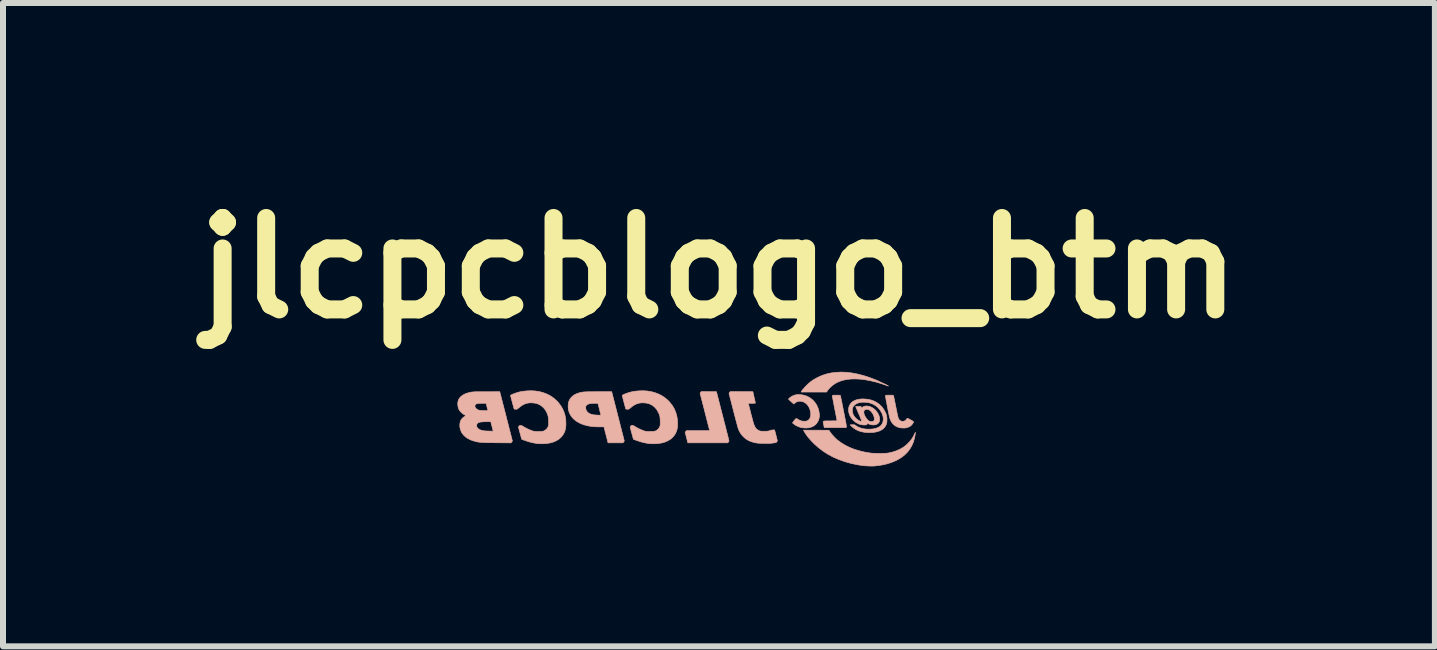
<source format=kicad_pcb>
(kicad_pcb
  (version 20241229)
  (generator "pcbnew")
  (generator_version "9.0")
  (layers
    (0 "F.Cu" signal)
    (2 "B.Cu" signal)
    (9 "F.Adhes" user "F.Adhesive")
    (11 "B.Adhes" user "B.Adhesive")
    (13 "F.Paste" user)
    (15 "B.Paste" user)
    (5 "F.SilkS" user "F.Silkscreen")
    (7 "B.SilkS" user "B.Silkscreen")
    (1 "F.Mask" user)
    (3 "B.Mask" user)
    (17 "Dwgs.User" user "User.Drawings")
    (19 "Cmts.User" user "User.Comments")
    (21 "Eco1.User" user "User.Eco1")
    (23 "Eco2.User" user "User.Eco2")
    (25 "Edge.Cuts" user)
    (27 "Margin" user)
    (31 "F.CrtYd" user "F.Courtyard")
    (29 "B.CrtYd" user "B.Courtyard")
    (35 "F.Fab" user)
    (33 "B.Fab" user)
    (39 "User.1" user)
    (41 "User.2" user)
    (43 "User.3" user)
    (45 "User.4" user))
  (footprint "jlcpcblogo_btm"
    (layer "F.Cu")
    (at 9.434 3.918)
    (property "Reference" "jlcpcblogo_btm" (at -0.5 -2.5 0) (layer "F.SilkS") (effects (font (size 1.524 1.524) (thickness 0.3))))
    (attr through_hole)
    (fp_poly (pts (xy -0.805 -0.427) (xy -0.815 -0.413) (xy -0.736 -0.106) (xy -0.724 -0.058) (xy -0.712 -0.012) (xy -0.701 0.031) (xy -0.691 0.07) (xy -0.682 0.106) (xy -0.674 0.137) (xy -0.667 0.163) (xy -0.662 0.183) (xy -0.658 0.197) (xy -0.656 0.205) (xy -0.656 0.205) (xy -0.657 0.207) (xy -0.661 0.208) (xy -0.67 0.208) (xy -0.683 0.209) (xy -0.701 0.21) (xy -0.725 0.21) (xy -0.755 0.21) (xy -0.791 0.21) (xy -0.835 0.21) (xy -0.848 0.21) (xy -1.043 0.21) (xy -1.053 0.224) (xy -1.064 0.238) (xy -1.041 0.325) (xy -1.019 0.413) (xy -0.353 0.413) (xy -0.343 0.399) (xy -0.332 0.384) (xy -0.341 0.348) (xy -0.343 0.339) (xy -0.347 0.323) (xy -0.353 0.3) (xy -0.36 0.272) (xy -0.369 0.238) (xy -0.379 0.199) (xy -0.389 0.156) (xy -0.401 0.11) (xy -0.414 0.061) (xy -0.427 0.009) (xy -0.441 -0.044) (xy -0.446 -0.064) (xy -0.542 -0.439) (xy -0.796 -0.441) (xy -0.805 -0.427)) (stroke (width 0.01) (type solid)) (fill yes) (layer "B.SilkS"))
    (fp_poly (pts (xy 1.453 -0.762) (xy 1.37 -0.752) (xy 1.298 -0.736) (xy 1.24 -0.718) (xy 1.182 -0.695) (xy 1.126 -0.667) (xy 1.073 -0.637) (xy 1.048 -0.62) (xy 1.021 -0.599) (xy 0.992 -0.575) (xy 0.964 -0.548) (xy 0.937 -0.521) (xy 0.913 -0.494) (xy 0.892 -0.469) (xy 0.877 -0.447) (xy 0.876 -0.445) (xy 0.869 -0.433) (xy 1.293 -0.433) (xy 1.308 -0.455) (xy 1.331 -0.486) (xy 1.361 -0.517) (xy 1.395 -0.546) (xy 1.432 -0.572) (xy 1.469 -0.594) (xy 1.471 -0.594) (xy 1.523 -0.616) (xy 1.58 -0.633) (xy 1.643 -0.645) (xy 1.71 -0.651) (xy 1.782 -0.652) (xy 1.858 -0.648) (xy 1.937 -0.638) (xy 2.02 -0.623) (xy 2.105 -0.603) (xy 2.128 -0.597) (xy 2.15 -0.591) (xy 2.175 -0.583) (xy 2.203 -0.574) (xy 2.231 -0.565) (xy 2.258 -0.556) (xy 2.282 -0.548) (xy 2.301 -0.541) (xy 2.309 -0.538) (xy 2.318 -0.534) (xy 2.324 -0.533) (xy 2.325 -0.534) (xy 2.322 -0.536) (xy 2.314 -0.541) (xy 2.299 -0.549) (xy 2.281 -0.558) (xy 2.259 -0.569) (xy 2.235 -0.58) (xy 2.209 -0.592) (xy 2.183 -0.604) (xy 2.158 -0.616) (xy 2.134 -0.627) (xy 2.112 -0.636) (xy 2.11 -0.637) (xy 2.009 -0.676) (xy 1.91 -0.708) (xy 1.813 -0.733) (xy 1.719 -0.751) (xy 1.627 -0.762) (xy 1.539 -0.766) (xy 1.453 -0.762)) (stroke (width 0.01) (type solid)) (fill yes) (layer "B.SilkS"))
    (fp_poly (pts (xy 1.434 -0.381) (xy 1.416 -0.381) (xy 1.404 -0.38) (xy 1.396 -0.379) (xy 1.392 -0.377) (xy 1.39 -0.375) (xy 1.39 -0.369) (xy 1.392 -0.356) (xy 1.395 -0.335) (xy 1.4 -0.306) (xy 1.407 -0.27) (xy 1.415 -0.227) (xy 1.425 -0.176) (xy 1.428 -0.163) (xy 1.435 -0.124) (xy 1.443 -0.087) (xy 1.449 -0.054) (xy 1.455 -0.024) (xy 1.46 0.002) (xy 1.464 0.022) (xy 1.467 0.036) (xy 1.468 0.044) (xy 1.469 0.045) (xy 1.465 0.045) (xy 1.454 0.046) (xy 1.437 0.047) (xy 1.416 0.047) (xy 1.39 0.047) (xy 1.362 0.048) (xy 1.358 0.048) (xy 1.323 0.048) (xy 1.295 0.048) (xy 1.274 0.048) (xy 1.258 0.05) (xy 1.247 0.052) (xy 1.241 0.055) (xy 1.237 0.06) (xy 1.237 0.066) (xy 1.238 0.075) (xy 1.24 0.085) (xy 1.24 0.087) (xy 1.244 0.106) (xy 1.248 0.125) (xy 1.25 0.136) (xy 1.255 0.159) (xy 1.62 0.159) (xy 1.624 0.149) (xy 1.624 0.146) (xy 1.624 0.14) (xy 1.623 0.131) (xy 1.621 0.117) (xy 1.619 0.1) (xy 1.615 0.077) (xy 1.609 0.05) (xy 1.603 0.016) (xy 1.595 -0.024) (xy 1.586 -0.071) (xy 1.578 -0.111) (xy 1.569 -0.155) (xy 1.561 -0.197) (xy 1.553 -0.236) (xy 1.546 -0.271) (xy 1.54 -0.302) (xy 1.534 -0.328) (xy 1.53 -0.349) (xy 1.527 -0.364) (xy 1.526 -0.371) (xy 1.525 -0.372) (xy 1.524 -0.375) (xy 1.522 -0.378) (xy 1.518 -0.379) (xy 1.51 -0.38) (xy 1.498 -0.381) (xy 1.48 -0.381) (xy 1.458 -0.381) (xy 1.434 -0.381)) (stroke (width 0.01) (type solid)) (fill yes) (layer "B.SilkS"))
    (fp_poly (pts (xy 0.807 -0.391) (xy 0.767 -0.384) (xy 0.729 -0.369) (xy 0.724 -0.367) (xy 0.709 -0.359) (xy 0.694 -0.349) (xy 0.68 -0.338) (xy 0.669 -0.328) (xy 0.661 -0.32) (xy 0.659 -0.314) (xy 0.659 -0.314) (xy 0.663 -0.31) (xy 0.671 -0.302) (xy 0.683 -0.291) (xy 0.698 -0.277) (xy 0.704 -0.272) (xy 0.747 -0.234) (xy 0.763 -0.248) (xy 0.789 -0.266) (xy 0.817 -0.277) (xy 0.848 -0.281) (xy 0.877 -0.278) (xy 0.912 -0.267) (xy 0.943 -0.249) (xy 0.97 -0.224) (xy 0.993 -0.194) (xy 1.011 -0.158) (xy 1.023 -0.118) (xy 1.028 -0.094) (xy 1.03 -0.06) (xy 1.027 -0.029) (xy 1.018 -0.002) (xy 1.004 0.021) (xy 0.986 0.038) (xy 0.966 0.048) (xy 0.954 0.051) (xy 0.938 0.053) (xy 0.919 0.053) (xy 0.917 0.053) (xy 0.885 0.051) (xy 0.856 0.042) (xy 0.827 0.028) (xy 0.817 0.022) (xy 0.805 0.014) (xy 0.794 0.009) (xy 0.788 0.008) (xy 0.783 0.01) (xy 0.775 0.017) (xy 0.764 0.03) (xy 0.752 0.044) (xy 0.725 0.081) (xy 0.741 0.094) (xy 0.776 0.12) (xy 0.817 0.141) (xy 0.861 0.156) (xy 0.907 0.164) (xy 0.953 0.166) (xy 0.999 0.162) (xy 1.006 0.16) (xy 1.047 0.148) (xy 1.082 0.13) (xy 1.113 0.106) (xy 1.137 0.077) (xy 1.156 0.044) (xy 1.168 0.007) (xy 1.174 -0.034) (xy 1.173 -0.067) (xy 1.165 -0.12) (xy 1.15 -0.17) (xy 1.129 -0.216) (xy 1.102 -0.257) (xy 1.07 -0.294) (xy 1.033 -0.326) (xy 0.991 -0.352) (xy 0.946 -0.372) (xy 0.897 -0.385) (xy 0.849 -0.391) (xy 0.807 -0.391)) (stroke (width 0.01) (type solid)) (fill yes) (layer "B.SilkS"))
    (fp_poly (pts (xy 0.921 0.225) (xy 0.95 0.271) (xy 0.985 0.319) (xy 1.027 0.368) (xy 1.075 0.418) (xy 1.086 0.429) (xy 1.158 0.493) (xy 1.236 0.552) (xy 1.318 0.605) (xy 1.406 0.652) (xy 1.499 0.692) (xy 1.598 0.727) (xy 1.701 0.756) (xy 1.81 0.779) (xy 1.891 0.792) (xy 1.91 0.794) (xy 1.934 0.796) (xy 1.961 0.797) (xy 1.99 0.799) (xy 2.018 0.8) (xy 2.044 0.8) (xy 2.067 0.8) (xy 2.085 0.8) (xy 2.092 0.799) (xy 2.102 0.798) (xy 2.117 0.796) (xy 2.135 0.794) (xy 2.143 0.793) (xy 2.214 0.783) (xy 2.284 0.768) (xy 2.351 0.748) (xy 2.414 0.725) (xy 2.471 0.698) (xy 2.488 0.689) (xy 2.547 0.652) (xy 2.599 0.611) (xy 2.644 0.565) (xy 2.682 0.515) (xy 2.714 0.461) (xy 2.74 0.402) (xy 2.758 0.339) (xy 2.766 0.3) (xy 2.769 0.281) (xy 2.772 0.264) (xy 2.774 0.251) (xy 2.774 0.245) (xy 2.774 0.239) (xy 2.772 0.241) (xy 2.769 0.246) (xy 2.745 0.297) (xy 2.718 0.342) (xy 2.688 0.382) (xy 2.666 0.407) (xy 2.621 0.45) (xy 2.572 0.488) (xy 2.518 0.519) (xy 2.46 0.545) (xy 2.397 0.566) (xy 2.327 0.582) (xy 2.326 0.582) (xy 2.306 0.585) (xy 2.28 0.587) (xy 2.249 0.588) (xy 2.214 0.589) (xy 2.177 0.59) (xy 2.14 0.589) (xy 2.104 0.588) (xy 2.07 0.587) (xy 2.04 0.585) (xy 2.016 0.582) (xy 1.922 0.566) (xy 1.832 0.544) (xy 1.748 0.518) (xy 1.669 0.486) (xy 1.596 0.449) (xy 1.529 0.407) (xy 1.479 0.37) (xy 1.456 0.35) (xy 1.432 0.326) (xy 1.408 0.301) (xy 1.385 0.275) (xy 1.365 0.251) (xy 1.353 0.234) (xy 1.332 0.203) (xy 0.908 0.202) (xy 0.921 0.225)) (stroke (width 0.01) (type solid)) (fill yes) (layer "B.SilkS"))
    (fp_poly (pts (xy 2.319 -0.381) (xy 2.301 -0.381) (xy 2.289 -0.38) (xy 2.281 -0.379) (xy 2.277 -0.377) (xy 2.275 -0.375) (xy 2.275 -0.37) (xy 2.277 -0.358) (xy 2.279 -0.34) (xy 2.283 -0.317) (xy 2.288 -0.29) (xy 2.294 -0.26) (xy 2.3 -0.227) (xy 2.306 -0.193) (xy 2.313 -0.158) (xy 2.32 -0.123) (xy 2.327 -0.09) (xy 2.333 -0.059) (xy 2.339 -0.03) (xy 2.344 -0.009) (xy 2.357 0.031) (xy 2.376 0.067) (xy 2.401 0.099) (xy 2.43 0.125) (xy 2.465 0.145) (xy 2.503 0.159) (xy 2.511 0.161) (xy 2.529 0.164) (xy 2.552 0.165) (xy 2.575 0.166) (xy 2.598 0.166) (xy 2.615 0.164) (xy 2.616 0.164) (xy 2.639 0.158) (xy 2.663 0.149) (xy 2.684 0.138) (xy 2.693 0.132) (xy 2.705 0.121) (xy 2.718 0.107) (xy 2.73 0.091) (xy 2.739 0.077) (xy 2.744 0.067) (xy 2.743 0.063) (xy 2.738 0.058) (xy 2.729 0.051) (xy 2.714 0.041) (xy 2.697 0.032) (xy 2.679 0.022) (xy 2.663 0.013) (xy 2.651 0.007) (xy 2.643 0.004) (xy 2.642 0.004) (xy 2.636 0.007) (xy 2.629 0.015) (xy 2.623 0.022) (xy 2.607 0.04) (xy 2.588 0.051) (xy 2.567 0.055) (xy 2.546 0.054) (xy 2.526 0.046) (xy 2.508 0.033) (xy 2.494 0.014) (xy 2.489 0.002) (xy 2.487 -0.006) (xy 2.483 -0.021) (xy 2.478 -0.042) (xy 2.472 -0.068) (xy 2.466 -0.098) (xy 2.459 -0.131) (xy 2.452 -0.167) (xy 2.447 -0.191) (xy 2.44 -0.227) (xy 2.433 -0.261) (xy 2.427 -0.292) (xy 2.421 -0.319) (xy 2.417 -0.341) (xy 2.413 -0.358) (xy 2.411 -0.369) (xy 2.41 -0.372) (xy 2.409 -0.375) (xy 2.407 -0.378) (xy 2.403 -0.379) (xy 2.395 -0.38) (xy 2.383 -0.381) (xy 2.365 -0.381) (xy 2.343 -0.381) (xy 2.319 -0.381)) (stroke (width 0.01) (type solid)) (fill yes) (layer "B.SilkS"))
    (fp_poly (pts (xy -2.562 -0.439) (xy -2.607 -0.438) (xy -2.646 -0.438) (xy -2.679 -0.438) (xy -2.707 -0.437) (xy -2.73 -0.436) (xy -2.75 -0.435) (xy -2.768 -0.433) (xy -2.784 -0.431) (xy -2.798 -0.428) (xy -2.812 -0.425) (xy -2.826 -0.421) (xy -2.837 -0.418) (xy -2.881 -0.402) (xy -2.919 -0.382) (xy -2.951 -0.356) (xy -2.977 -0.327) (xy -2.996 -0.293) (xy -3.006 -0.266) (xy -3.013 -0.225) (xy -3.014 -0.181) (xy -3.009 -0.137) (xy -2.998 -0.098) (xy -2.98 -0.058) (xy -2.955 -0.02) (xy -2.923 0.015) (xy -2.886 0.046) (xy -2.842 0.074) (xy -2.794 0.097) (xy -2.762 0.109) (xy -2.716 0.122) (xy -2.669 0.133) (xy -2.621 0.14) (xy -2.568 0.145) (xy -2.51 0.147) (xy -2.491 0.147) (xy -2.417 0.147) (xy -2.413 0.162) (xy -2.411 0.17) (xy -2.408 0.184) (xy -2.403 0.203) (xy -2.397 0.227) (xy -2.39 0.254) (xy -2.383 0.28) (xy -2.376 0.308) (xy -2.369 0.334) (xy -2.363 0.358) (xy -2.358 0.377) (xy -2.355 0.391) (xy -2.353 0.398) (xy -2.349 0.413) (xy -2.1 0.413) (xy -2.089 0.399) (xy -2.078 0.384) (xy -2.087 0.348) (xy -2.089 0.339) (xy -2.093 0.323) (xy -2.099 0.3) (xy -2.106 0.272) (xy -2.115 0.238) (xy -2.125 0.199) (xy -2.136 0.156) (xy -2.148 0.11) (xy -2.16 0.061) (xy -2.173 0.009) (xy -2.187 -0.044) (xy -2.189 -0.051) (xy -2.469 -0.051) (xy -2.47 -0.049) (xy -2.474 -0.048) (xy -2.483 -0.048) (xy -2.496 -0.048) (xy -2.516 -0.048) (xy -2.526 -0.049) (xy -2.55 -0.05) (xy -2.573 -0.052) (xy -2.593 -0.054) (xy -2.608 -0.057) (xy -2.61 -0.057) (xy -2.646 -0.069) (xy -2.675 -0.085) (xy -2.697 -0.104) (xy -2.712 -0.128) (xy -2.72 -0.155) (xy -2.721 -0.167) (xy -2.722 -0.182) (xy -2.721 -0.192) (xy -2.717 -0.201) (xy -2.714 -0.206) (xy -2.702 -0.219) (xy -2.685 -0.23) (xy -2.663 -0.237) (xy -2.635 -0.243) (xy -2.6 -0.245) (xy -2.568 -0.246) (xy -2.518 -0.246) (xy -2.494 -0.154) (xy -2.488 -0.128) (xy -2.482 -0.104) (xy -2.476 -0.083) (xy -2.472 -0.067) (xy -2.47 -0.057) (xy -2.469 -0.054) (xy -2.469 -0.051) (xy -2.189 -0.051) (xy -2.192 -0.064) (xy -2.288 -0.439) (xy -2.51 -0.439) (xy -2.562 -0.439)) (stroke (width 0.01) (type solid)) (fill yes) (layer "B.SilkS"))
    (fp_poly (pts (xy -0.333 -0.413) (xy -0.26 -0.128) (xy -0.248 -0.081) (xy -0.236 -0.036) (xy -0.225 0.008) (xy -0.214 0.048) (xy -0.204 0.084) (xy -0.196 0.116) (xy -0.188 0.144) (xy -0.182 0.165) (xy -0.177 0.18) (xy -0.175 0.187) (xy -0.156 0.228) (xy -0.134 0.264) (xy -0.107 0.297) (xy -0.093 0.312) (xy -0.058 0.343) (xy -0.019 0.368) (xy 0.024 0.389) (xy 0.073 0.404) (xy 0.119 0.415) (xy 0.139 0.417) (xy 0.166 0.42) (xy 0.196 0.421) (xy 0.23 0.422) (xy 0.264 0.423) (xy 0.297 0.423) (xy 0.328 0.422) (xy 0.354 0.421) (xy 0.357 0.421) (xy 0.388 0.418) (xy 0.413 0.415) (xy 0.431 0.412) (xy 0.445 0.409) (xy 0.454 0.405) (xy 0.461 0.4) (xy 0.463 0.398) (xy 0.47 0.388) (xy 0.472 0.38) (xy 0.472 0.38) (xy 0.471 0.374) (xy 0.469 0.361) (xy 0.465 0.344) (xy 0.459 0.322) (xy 0.453 0.298) (xy 0.45 0.285) (xy 0.427 0.198) (xy 0.403 0.198) (xy 0.376 0.201) (xy 0.349 0.209) (xy 0.337 0.213) (xy 0.327 0.216) (xy 0.316 0.218) (xy 0.303 0.219) (xy 0.286 0.22) (xy 0.264 0.22) (xy 0.256 0.22) (xy 0.232 0.22) (xy 0.213 0.22) (xy 0.2 0.219) (xy 0.189 0.217) (xy 0.18 0.215) (xy 0.17 0.211) (xy 0.169 0.211) (xy 0.144 0.197) (xy 0.122 0.179) (xy 0.104 0.154) (xy 0.095 0.137) (xy 0.091 0.128) (xy 0.087 0.118) (xy 0.083 0.108) (xy 0.079 0.097) (xy 0.075 0.083) (xy 0.07 0.067) (xy 0.064 0.047) (xy 0.057 0.022) (xy 0.05 -0.008) (xy 0.04 -0.043) (xy 0.029 -0.086) (xy 0.026 -0.099) (xy 0.018 -0.131) (xy 0.01 -0.16) (xy 0.004 -0.186) (xy -0.002 -0.208) (xy -0.006 -0.225) (xy -0.009 -0.235) (xy -0.01 -0.239) (xy -0.01 -0.242) (xy -0.009 -0.244) (xy -0.003 -0.245) (xy 0.006 -0.246) (xy 0.021 -0.246) (xy 0.043 -0.246) (xy 0.047 -0.246) (xy 0.068 -0.246) (xy 0.086 -0.247) (xy 0.099 -0.248) (xy 0.106 -0.248) (xy 0.107 -0.249) (xy 0.106 -0.254) (xy 0.104 -0.265) (xy 0.1 -0.282) (xy 0.096 -0.303) (xy 0.09 -0.327) (xy 0.086 -0.345) (xy 0.065 -0.439) (xy -0.123 -0.44) (xy -0.312 -0.441) (xy -0.333 -0.413)) (stroke (width 0.01) (type solid)) (fill yes) (layer "B.SilkS"))
    (fp_poly (pts (xy -3.694 -0.453) (xy -3.761 -0.447) (xy -3.822 -0.436) (xy -3.875 -0.421) (xy -3.878 -0.42) (xy -3.897 -0.413) (xy -3.917 -0.406) (xy -3.936 -0.398) (xy -3.953 -0.39) (xy -3.966 -0.384) (xy -3.973 -0.379) (xy -3.974 -0.378) (xy -3.973 -0.374) (xy -3.971 -0.363) (xy -3.967 -0.346) (xy -3.961 -0.324) (xy -3.955 -0.299) (xy -3.947 -0.271) (xy -3.945 -0.262) (xy -3.914 -0.149) (xy -3.89 -0.148) (xy -3.877 -0.147) (xy -3.868 -0.148) (xy -3.86 -0.152) (xy -3.851 -0.159) (xy -3.843 -0.165) (xy -3.807 -0.194) (xy -3.775 -0.216) (xy -3.743 -0.232) (xy -3.711 -0.244) (xy -3.677 -0.251) (xy -3.64 -0.254) (xy -3.624 -0.254) (xy -3.576 -0.25) (xy -3.531 -0.24) (xy -3.49 -0.222) (xy -3.453 -0.198) (xy -3.42 -0.167) (xy -3.391 -0.13) (xy -3.373 -0.097) (xy -3.361 -0.07) (xy -3.352 -0.045) (xy -3.346 -0.019) (xy -3.342 0.01) (xy -3.34 0.043) (xy -3.34 0.06) (xy -3.34 0.084) (xy -3.34 0.102) (xy -3.341 0.115) (xy -3.343 0.125) (xy -3.345 0.135) (xy -3.349 0.145) (xy -3.349 0.145) (xy -3.363 0.171) (xy -3.384 0.193) (xy -3.409 0.21) (xy -3.419 0.215) (xy -3.429 0.218) (xy -3.438 0.221) (xy -3.448 0.222) (xy -3.461 0.223) (xy -3.478 0.224) (xy -3.5 0.224) (xy -3.508 0.224) (xy -3.535 0.224) (xy -3.556 0.223) (xy -3.572 0.222) (xy -3.586 0.22) (xy -3.6 0.217) (xy -3.605 0.215) (xy -3.627 0.208) (xy -3.653 0.197) (xy -3.681 0.185) (xy -3.71 0.171) (xy -3.737 0.156) (xy -3.759 0.143) (xy -3.761 0.142) (xy -3.777 0.132) (xy -3.788 0.126) (xy -3.799 0.123) (xy -3.807 0.123) (xy -3.819 0.124) (xy -3.827 0.128) (xy -3.833 0.135) (xy -3.839 0.144) (xy -3.842 0.151) (xy -3.842 0.152) (xy -3.841 0.157) (xy -3.838 0.168) (xy -3.833 0.186) (xy -3.828 0.207) (xy -3.821 0.232) (xy -3.815 0.255) (xy -3.788 0.354) (xy -3.734 0.374) (xy -3.66 0.398) (xy -3.589 0.415) (xy -3.519 0.426) (xy -3.449 0.429) (xy -3.38 0.425) (xy -3.373 0.424) (xy -3.315 0.415) (xy -3.261 0.4) (xy -3.213 0.379) (xy -3.171 0.354) (xy -3.135 0.323) (xy -3.105 0.288) (xy -3.085 0.254) (xy -3.069 0.22) (xy -3.059 0.182) (xy -3.053 0.14) (xy -3.051 0.092) (xy -3.051 0.091) (xy -3.054 0.024) (xy -3.065 -0.04) (xy -3.083 -0.1) (xy -3.108 -0.158) (xy -3.141 -0.211) (xy -3.18 -0.262) (xy -3.205 -0.288) (xy -3.253 -0.331) (xy -3.306 -0.368) (xy -3.363 -0.398) (xy -3.425 -0.422) (xy -3.49 -0.44) (xy -3.558 -0.451) (xy -3.629 -0.455) (xy -3.694 -0.453)) (stroke (width 0.01) (type solid)) (fill yes) (layer "B.SilkS"))
    (fp_poly (pts (xy -1.832 -0.453) (xy -1.9 -0.447) (xy -1.96 -0.436) (xy -2.014 -0.421) (xy -2.017 -0.42) (xy -2.036 -0.413) (xy -2.056 -0.406) (xy -2.075 -0.398) (xy -2.092 -0.39) (xy -2.104 -0.384) (xy -2.111 -0.379) (xy -2.112 -0.378) (xy -2.112 -0.374) (xy -2.109 -0.363) (xy -2.105 -0.346) (xy -2.1 -0.324) (xy -2.093 -0.299) (xy -2.086 -0.271) (xy -2.084 -0.262) (xy -2.053 -0.149) (xy -2.028 -0.148) (xy -2.015 -0.147) (xy -2.006 -0.148) (xy -1.998 -0.152) (xy -1.989 -0.159) (xy -1.981 -0.165) (xy -1.946 -0.194) (xy -1.913 -0.216) (xy -1.882 -0.232) (xy -1.85 -0.244) (xy -1.816 -0.251) (xy -1.779 -0.254) (xy -1.763 -0.254) (xy -1.714 -0.25) (xy -1.669 -0.24) (xy -1.628 -0.222) (xy -1.591 -0.198) (xy -1.558 -0.167) (xy -1.53 -0.13) (xy -1.512 -0.097) (xy -1.499 -0.07) (xy -1.49 -0.045) (xy -1.484 -0.019) (xy -1.481 0.01) (xy -1.479 0.043) (xy -1.479 0.06) (xy -1.479 0.084) (xy -1.479 0.102) (xy -1.48 0.115) (xy -1.481 0.125) (xy -1.484 0.135) (xy -1.488 0.145) (xy -1.488 0.145) (xy -1.502 0.171) (xy -1.522 0.193) (xy -1.547 0.21) (xy -1.558 0.215) (xy -1.567 0.218) (xy -1.576 0.221) (xy -1.586 0.222) (xy -1.599 0.223) (xy -1.616 0.224) (xy -1.639 0.224) (xy -1.647 0.224) (xy -1.674 0.224) (xy -1.694 0.223) (xy -1.711 0.222) (xy -1.725 0.22) (xy -1.738 0.217) (xy -1.744 0.215) (xy -1.766 0.208) (xy -1.792 0.197) (xy -1.82 0.185) (xy -1.849 0.171) (xy -1.875 0.156) (xy -1.898 0.143) (xy -1.9 0.142) (xy -1.915 0.132) (xy -1.927 0.126) (xy -1.937 0.123) (xy -1.945 0.123) (xy -1.957 0.124) (xy -1.965 0.128) (xy -1.972 0.135) (xy -1.977 0.144) (xy -1.98 0.151) (xy -1.98 0.152) (xy -1.979 0.157) (xy -1.976 0.168) (xy -1.972 0.186) (xy -1.966 0.207) (xy -1.96 0.232) (xy -1.953 0.255) (xy -1.926 0.354) (xy -1.873 0.374) (xy -1.799 0.398) (xy -1.727 0.415) (xy -1.657 0.426) (xy -1.588 0.429) (xy -1.519 0.425) (xy -1.512 0.424) (xy -1.453 0.415) (xy -1.4 0.4) (xy -1.352 0.379) (xy -1.31 0.354) (xy -1.274 0.323) (xy -1.244 0.288) (xy -1.223 0.254) (xy -1.208 0.22) (xy -1.197 0.182) (xy -1.191 0.14) (xy -1.189 0.092) (xy -1.189 0.091) (xy -1.193 0.024) (xy -1.204 -0.04) (xy -1.222 -0.1) (xy -1.247 -0.158) (xy -1.279 -0.211) (xy -1.319 -0.262) (xy -1.343 -0.288) (xy -1.391 -0.331) (xy -1.445 -0.368) (xy -1.502 -0.398) (xy -1.564 -0.422) (xy -1.629 -0.44) (xy -1.697 -0.451) (xy -1.768 -0.455) (xy -1.832 -0.453)) (stroke (width 0.01) (type solid)) (fill yes) (layer "B.SilkS"))
    (fp_poly (pts (xy -4.376 -0.438) (xy -4.424 -0.438) (xy -4.466 -0.438) (xy -4.501 -0.438) (xy -4.53 -0.438) (xy -4.554 -0.438) (xy -4.574 -0.437) (xy -4.59 -0.436) (xy -4.603 -0.435) (xy -4.614 -0.434) (xy -4.624 -0.433) (xy -4.633 -0.432) (xy -4.635 -0.431) (xy -4.686 -0.419) (xy -4.731 -0.403) (xy -4.769 -0.383) (xy -4.8 -0.36) (xy -4.825 -0.333) (xy -4.84 -0.308) (xy -4.849 -0.28) (xy -4.854 -0.248) (xy -4.853 -0.214) (xy -4.848 -0.181) (xy -4.837 -0.149) (xy -4.834 -0.143) (xy -4.822 -0.123) (xy -4.804 -0.102) (xy -4.783 -0.082) (xy -4.761 -0.065) (xy -4.746 -0.056) (xy -4.733 -0.049) (xy -4.723 -0.043) (xy -4.719 -0.04) (xy -4.719 -0.04) (xy -4.722 -0.037) (xy -4.73 -0.032) (xy -4.737 -0.028) (xy -4.761 -0.012) (xy -4.782 0.008) (xy -4.799 0.03) (xy -4.804 0.041) (xy -4.815 0.074) (xy -4.82 0.11) (xy -4.819 0.148) (xy -4.811 0.186) (xy -4.798 0.223) (xy -4.782 0.253) (xy -4.756 0.285) (xy -4.724 0.315) (xy -4.685 0.341) (xy -4.642 0.363) (xy -4.594 0.38) (xy -4.562 0.389) (xy -4.545 0.393) (xy -4.529 0.397) (xy -4.513 0.4) (xy -4.497 0.402) (xy -4.48 0.404) (xy -4.462 0.406) (xy -4.441 0.407) (xy -4.416 0.408) (xy -4.388 0.409) (xy -4.355 0.41) (xy -4.316 0.411) (xy -4.271 0.411) (xy -4.219 0.412) (xy -4.206 0.412) (xy -3.966 0.414) (xy -3.955 0.399) (xy -3.943 0.384) (xy -3.952 0.348) (xy -3.954 0.339) (xy -3.959 0.323) (xy -3.964 0.3) (xy -3.972 0.272) (xy -3.98 0.238) (xy -3.985 0.219) (xy -4.263 0.219) (xy -4.341 0.217) (xy -4.371 0.216) (xy -4.395 0.215) (xy -4.414 0.213) (xy -4.43 0.211) (xy -4.444 0.209) (xy -4.451 0.207) (xy -4.482 0.196) (xy -4.506 0.183) (xy -4.524 0.166) (xy -4.536 0.148) (xy -4.54 0.128) (xy -4.536 0.107) (xy -4.536 0.106) (xy -4.53 0.094) (xy -4.523 0.085) (xy -4.512 0.077) (xy -4.497 0.072) (xy -4.477 0.067) (xy -4.452 0.064) (xy -4.421 0.062) (xy -4.387 0.061) (xy -4.358 0.06) (xy -4.334 0.06) (xy -4.317 0.06) (xy -4.307 0.061) (xy -4.305 0.062) (xy -4.303 0.067) (xy -4.3 0.078) (xy -4.295 0.095) (xy -4.29 0.116) (xy -4.283 0.139) (xy -4.283 0.143) (xy -4.263 0.219) (xy -3.985 0.219) (xy -3.99 0.199) (xy -4.001 0.156) (xy -4.013 0.11) (xy -4.025 0.061) (xy -4.039 0.009) (xy -4.052 -0.044) (xy -4.057 -0.064) (xy -4.072 -0.122) (xy -4.35 -0.122) (xy -4.418 -0.124) (xy -4.447 -0.125) (xy -4.47 -0.126) (xy -4.487 -0.128) (xy -4.5 -0.131) (xy -4.507 -0.133) (xy -4.529 -0.143) (xy -4.546 -0.156) (xy -4.559 -0.172) (xy -4.567 -0.188) (xy -4.568 -0.205) (xy -4.562 -0.22) (xy -4.56 -0.224) (xy -4.552 -0.231) (xy -4.54 -0.237) (xy -4.525 -0.241) (xy -4.505 -0.244) (xy -4.478 -0.246) (xy -4.446 -0.246) (xy -4.424 -0.246) (xy -4.406 -0.246) (xy -4.392 -0.245) (xy -4.383 -0.245) (xy -4.381 -0.244) (xy -4.38 -0.24) (xy -4.378 -0.229) (xy -4.374 -0.214) (xy -4.369 -0.195) (xy -4.366 -0.182) (xy -4.35 -0.122) (xy -4.072 -0.122) (xy -4.154 -0.439) (xy -4.376 -0.438)) (stroke (width 0.01) (type solid)) (fill yes) (layer "B.SilkS"))
    (fp_poly (pts (xy 1.851 -0.316) (xy 1.806 -0.308) (xy 1.767 -0.295) (xy 1.734 -0.278) (xy 1.706 -0.255) (xy 1.685 -0.227) (xy 1.669 -0.195) (xy 1.663 -0.172) (xy 1.659 -0.135) (xy 1.663 -0.098) (xy 1.673 -0.061) (xy 1.69 -0.025) (xy 1.713 0.009) (xy 1.741 0.04) (xy 1.772 0.066) (xy 1.806 0.087) (xy 1.838 0.102) (xy 1.87 0.111) (xy 1.906 0.115) (xy 1.921 0.115) (xy 1.938 0.115) (xy 1.95 0.114) (xy 1.958 0.112) (xy 1.963 0.109) (xy 1.966 0.106) (xy 1.973 0.098) (xy 1.977 0.092) (xy 1.977 0.092) (xy 1.981 0.09) (xy 1.99 0.093) (xy 2.004 0.1) (xy 2.018 0.107) (xy 2.032 0.111) (xy 2.047 0.113) (xy 2.062 0.114) (xy 2.09 0.114) (xy 2.112 0.111) (xy 2.13 0.104) (xy 2.147 0.092) (xy 2.149 0.091) (xy 2.165 0.074) (xy 2.174 0.055) (xy 2.178 0.032) (xy 2.178 0.011) (xy 2.178 0.009) (xy 2.09 0.009) (xy 2.089 0.029) (xy 2.083 0.044) (xy 2.082 0.045) (xy 2.07 0.054) (xy 2.054 0.059) (xy 2.035 0.059) (xy 2.016 0.056) (xy 1.998 0.048) (xy 1.98 0.033) (xy 1.962 0.012) (xy 1.945 -0.012) (xy 1.93 -0.038) (xy 1.92 -0.064) (xy 1.914 -0.088) (xy 1.914 -0.088) (xy 1.915 -0.11) (xy 1.922 -0.127) (xy 1.934 -0.139) (xy 1.95 -0.145) (xy 1.97 -0.146) (xy 1.992 -0.14) (xy 2.003 -0.135) (xy 2.022 -0.123) (xy 2.039 -0.105) (xy 2.055 -0.085) (xy 2.069 -0.061) (xy 2.079 -0.037) (xy 2.087 -0.013) (xy 2.09 0.009) (xy 2.178 0.009) (xy 2.173 -0.02) (xy 2.163 -0.051) (xy 2.146 -0.082) (xy 2.139 -0.093) (xy 2.112 -0.128) (xy 2.081 -0.156) (xy 2.047 -0.178) (xy 2.011 -0.193) (xy 1.995 -0.197) (xy 1.968 -0.2) (xy 1.942 -0.2) (xy 1.919 -0.195) (xy 1.9 -0.186) (xy 1.888 -0.174) (xy 1.883 -0.168) (xy 1.88 -0.168) (xy 1.877 -0.172) (xy 1.872 -0.182) (xy 1.865 -0.194) (xy 1.822 -0.194) (xy 1.804 -0.194) (xy 1.79 -0.194) (xy 1.781 -0.193) (xy 1.778 -0.192) (xy 1.78 -0.188) (xy 1.784 -0.178) (xy 1.791 -0.162) (xy 1.8 -0.141) (xy 1.81 -0.117) (xy 1.822 -0.09) (xy 1.828 -0.076) (xy 1.84 -0.048) (xy 1.851 -0.022) (xy 1.861 0.002) (xy 1.868 0.021) (xy 1.874 0.035) (xy 1.876 0.044) (xy 1.877 0.046) (xy 1.872 0.052) (xy 1.864 0.054) (xy 1.851 0.051) (xy 1.835 0.043) (xy 1.818 0.033) (xy 1.799 0.018) (xy 1.781 0.002) (xy 1.779 0.000437) (xy 1.754 -0.029) (xy 1.737 -0.059) (xy 1.727 -0.091) (xy 1.723 -0.117) (xy 1.723 -0.144) (xy 1.727 -0.165) (xy 1.735 -0.185) (xy 1.746 -0.202) (xy 1.766 -0.222) (xy 1.792 -0.239) (xy 1.823 -0.252) (xy 1.859 -0.26) (xy 1.899 -0.264) (xy 1.942 -0.263) (xy 1.95 -0.262) (xy 1.983 -0.258) (xy 2.011 -0.252) (xy 2.037 -0.244) (xy 2.064 -0.233) (xy 2.074 -0.228) (xy 2.115 -0.204) (xy 2.151 -0.174) (xy 2.182 -0.138) (xy 2.207 -0.097) (xy 2.211 -0.09) (xy 2.225 -0.058) (xy 2.233 -0.029) (xy 2.238 -0.001) (xy 2.238 0.028) (xy 2.233 0.063) (xy 2.221 0.094) (xy 2.203 0.121) (xy 2.178 0.143) (xy 2.147 0.16) (xy 2.109 0.173) (xy 2.065 0.182) (xy 2.022 0.185) (xy 1.964 0.185) (xy 1.909 0.179) (xy 1.86 0.166) (xy 1.816 0.148) (xy 1.778 0.125) (xy 1.769 0.118) (xy 1.761 0.114) (xy 1.753 0.112) (xy 1.742 0.112) (xy 1.726 0.112) (xy 1.723 0.112) (xy 1.686 0.113) (xy 1.708 0.136) (xy 1.746 0.168) (xy 1.788 0.195) (xy 1.836 0.216) (xy 1.89 0.231) (xy 1.921 0.236) (xy 1.944 0.239) (xy 1.973 0.241) (xy 2.003 0.241) (xy 2.033 0.241) (xy 2.061 0.24) (xy 2.084 0.238) (xy 2.085 0.238) (xy 2.135 0.228) (xy 2.178 0.214) (xy 2.215 0.195) (xy 2.245 0.172) (xy 2.269 0.144) (xy 2.286 0.112) (xy 2.291 0.1) (xy 2.295 0.086) (xy 2.298 0.071) (xy 2.299 0.055) (xy 2.3 0.034) (xy 2.3 0.028) (xy 2.299 -0.006) (xy 2.295 -0.034) (xy 2.288 -0.061) (xy 2.276 -0.09) (xy 2.272 -0.098) (xy 2.245 -0.147) (xy 2.213 -0.189) (xy 2.175 -0.226) (xy 2.133 -0.257) (xy 2.086 -0.282) (xy 2.034 -0.301) (xy 1.978 -0.313) (xy 1.919 -0.318) (xy 1.901 -0.319) (xy 1.851 -0.316)) (stroke (width 0.01) (type solid)) (fill yes) (layer "B.SilkS"))
    (fp_poly (pts (xy 2.33 -0.53) (xy 2.332 -0.528) (xy 2.334 -0.53) (xy 2.332 -0.532) (xy 2.33 -0.53)) (stroke (width 0.01) (type solid)) (fill no) (layer "Eco2.User")))
  (gr_rect
    (start -3 -3)
    (end 20.867 7.723)
    (stroke (width 0.1) (type default))
    (fill no)
    (layer "Edge.Cuts")))
</source>
